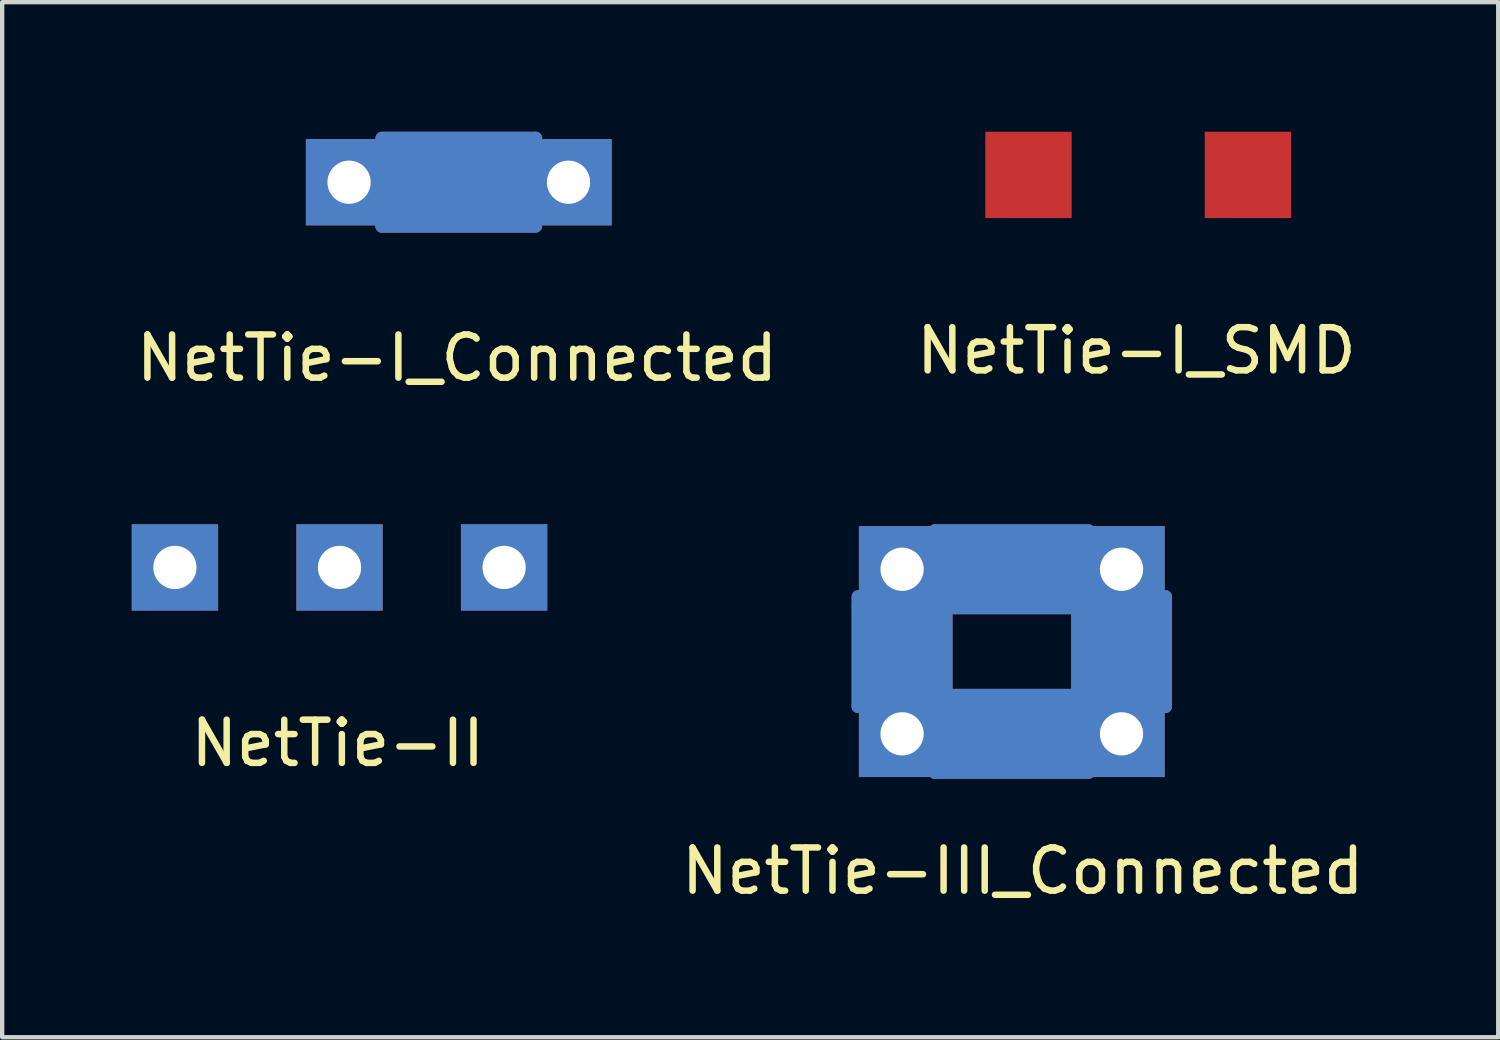
<source format=kicad_pcb>
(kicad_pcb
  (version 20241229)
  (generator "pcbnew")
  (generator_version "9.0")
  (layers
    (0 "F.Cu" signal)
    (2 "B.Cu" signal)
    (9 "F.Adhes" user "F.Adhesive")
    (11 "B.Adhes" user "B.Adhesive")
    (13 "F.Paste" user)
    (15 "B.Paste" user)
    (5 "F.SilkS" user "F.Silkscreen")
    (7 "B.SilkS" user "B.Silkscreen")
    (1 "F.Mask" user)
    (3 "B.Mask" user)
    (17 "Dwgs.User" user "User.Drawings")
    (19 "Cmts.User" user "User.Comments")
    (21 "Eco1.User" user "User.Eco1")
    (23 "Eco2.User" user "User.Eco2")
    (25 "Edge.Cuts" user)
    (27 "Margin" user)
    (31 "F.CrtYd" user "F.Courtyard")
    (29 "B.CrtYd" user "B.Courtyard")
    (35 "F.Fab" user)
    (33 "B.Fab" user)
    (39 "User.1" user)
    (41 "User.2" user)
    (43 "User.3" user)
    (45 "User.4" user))
  (footprint "NetTie-I_SMD"
    (layer "F.Cu")
    (at 23.297 0.999)
    (property "Reference" "NetTie-I_SMD" (at -0.041 4.069 0) (layer "F.SilkS") (effects (font (size 1 1) (thickness 0.15))))
    (attr through_hole)
    (pad "1" smd rect (at -2.54 0) (size 1.999 1.999) (layers "F.Cu" "F.Mask" "F.Paste"))
    (pad "2" smd rect (at 2.54 0) (size 1.999 1.999) (layers "F.Cu" "F.Mask" "F.Paste")))
  (footprint "NetTie-I_Connected"
    (layer "F.Cu")
    (at 7.57 1.168)
    (property "Reference" "NetTie-I_Connected" (at -0.041 4.069 0) (layer "F.SilkS") (effects (font (size 1 1) (thickness 0.15))))
    (attr through_hole)
    (fp_line (start -1.778 -0.762) (end 1.778 -0.762) (stroke (width 0.305) (type solid)) (layer "F.Cu"))
    (fp_line (start -1.778 -0.254) (end 1.778 -0.254) (stroke (width 0.305) (type solid)) (layer "F.Cu"))
    (fp_line (start -1.778 0.254) (end 1.778 0.254) (stroke (width 0.305) (type solid)) (layer "F.Cu"))
    (fp_line (start -1.778 0.762) (end 1.778 0.762) (stroke (width 0.305) (type solid)) (layer "F.Cu"))
    (fp_line (start 1.778 -1.016) (end -1.778 -1.016) (stroke (width 0.305) (type solid)) (layer "F.Cu"))
    (fp_line (start 1.778 -0.508) (end -1.778 -0.508) (stroke (width 0.305) (type solid)) (layer "F.Cu"))
    (fp_line (start 1.778 0) (end -1.778 0) (stroke (width 0.305) (type solid)) (layer "F.Cu"))
    (fp_line (start 1.778 0.508) (end -1.778 0.508) (stroke (width 0.305) (type solid)) (layer "F.Cu"))
    (fp_line (start 1.778 1.016) (end -1.778 1.016) (stroke (width 0.305) (type solid)) (layer "F.Cu"))
    (fp_line (start -1.778 -0.762) (end 1.778 -0.762) (stroke (width 0.305) (type solid)) (layer "B.Cu"))
    (fp_line (start -1.778 -0.508) (end -1.778 -0.762) (stroke (width 0.305) (type solid)) (layer "B.Cu"))
    (fp_line (start -1.778 -0.254) (end 1.778 -0.254) (stroke (width 0.305) (type solid)) (layer "B.Cu"))
    (fp_line (start -1.778 0) (end -1.778 -0.254) (stroke (width 0.305) (type solid)) (layer "B.Cu"))
    (fp_line (start -1.778 0.254) (end 1.778 0.254) (stroke (width 0.305) (type solid)) (layer "B.Cu"))
    (fp_line (start -1.778 0.508) (end -1.778 0.254) (stroke (width 0.305) (type solid)) (layer "B.Cu"))
    (fp_line (start -1.778 0.762) (end 1.778 0.762) (stroke (width 0.305) (type solid)) (layer "B.Cu"))
    (fp_line (start -1.778 1.016) (end -1.778 0.762) (stroke (width 0.305) (type solid)) (layer "B.Cu"))
    (fp_line (start 1.778 -1.016) (end -1.778 -1.016) (stroke (width 0.305) (type solid)) (layer "B.Cu"))
    (fp_line (start 1.778 -0.762) (end 1.778 -1.016) (stroke (width 0.305) (type solid)) (layer "B.Cu"))
    (fp_line (start 1.778 -0.508) (end -1.778 -0.508) (stroke (width 0.305) (type solid)) (layer "B.Cu"))
    (fp_line (start 1.778 -0.254) (end 1.778 -0.508) (stroke (width 0.305) (type solid)) (layer "B.Cu"))
    (fp_line (start 1.778 0) (end -1.778 0) (stroke (width 0.305) (type solid)) (layer "B.Cu"))
    (fp_line (start 1.778 0.254) (end 1.778 0) (stroke (width 0.305) (type solid)) (layer "B.Cu"))
    (fp_line (start 1.778 0.508) (end -1.778 0.508) (stroke (width 0.305) (type solid)) (layer "B.Cu"))
    (fp_line (start 1.778 0.762) (end 1.778 0.508) (stroke (width 0.305) (type solid)) (layer "B.Cu"))
    (fp_line (start 1.778 1.016) (end -1.778 1.016) (stroke (width 0.305) (type solid)) (layer "B.Cu"))
    (pad "1" thru_hole rect (at -2.54 0) (size 1.999 1.999) (drill 1.001) (layers "*.Cu" "*.Mask"))
    (pad "2" thru_hole rect (at 2.54 0) (size 1.999 1.999) (drill 1.001) (layers "*.Cu" "*.Mask")))
  (footprint "NetTie-III_Connected"
    (layer "F.Cu")
    (at 20.371 12.032)
    (property "Reference" "NetTie-III_Connected" (at 0.254 5.08 0) (layer "F.SilkS") (effects (font (size 1 1) (thickness 0.15))))
    (attr through_hole)
    (fp_line (start -3.556 -1.016) (end -3.556 -1.27) (stroke (width 0.305) (type solid)) (layer "F.Cu"))
    (fp_line (start -3.556 -1.016) (end -3.556 1.27) (stroke (width 0.305) (type solid)) (layer "F.Cu"))
    (fp_line (start -3.302 -1.27) (end -3.302 1.27) (stroke (width 0.305) (type solid)) (layer "F.Cu"))
    (fp_line (start -3.048 -1.27) (end -3.048 1.27) (stroke (width 0.305) (type solid)) (layer "F.Cu"))
    (fp_line (start -2.794 -1.27) (end -2.794 1.27) (stroke (width 0.305) (type solid)) (layer "F.Cu"))
    (fp_line (start -2.54 -1.016) (end -2.54 1.016) (stroke (width 0.305) (type solid)) (layer "F.Cu"))
    (fp_line (start -2.286 -1.27) (end -2.286 1.27) (stroke (width 0.305) (type solid)) (layer "F.Cu"))
    (fp_line (start -2.032 1.27) (end -2.032 -1.27) (stroke (width 0.305) (type solid)) (layer "F.Cu"))
    (fp_line (start -1.778 -2.794) (end 1.778 -2.794) (stroke (width 0.305) (type solid)) (layer "F.Cu"))
    (fp_line (start -1.778 -2.54) (end 1.778 -2.54) (stroke (width 0.305) (type solid)) (layer "F.Cu"))
    (fp_line (start -1.778 -2.286) (end 1.778 -2.286) (stroke (width 0.305) (type solid)) (layer "F.Cu"))
    (fp_line (start -1.778 -2.032) (end 1.778 -2.032) (stroke (width 0.305) (type solid)) (layer "F.Cu"))
    (fp_line (start -1.778 -1.778) (end 1.778 -1.778) (stroke (width 0.305) (type solid)) (layer "F.Cu"))
    (fp_line (start -1.778 -1.524) (end 1.778 -1.524) (stroke (width 0.305) (type solid)) (layer "F.Cu"))
    (fp_line (start -1.778 -1.27) (end -1.778 1.27) (stroke (width 0.305) (type solid)) (layer "F.Cu"))
    (fp_line (start -1.778 -1.27) (end 1.778 -1.27) (stroke (width 0.305) (type solid)) (layer "F.Cu"))
    (fp_line (start -1.778 -1.016) (end 1.778 -1.016) (stroke (width 0.305) (type solid)) (layer "F.Cu"))
    (fp_line (start -1.778 1.016) (end -1.524 1.016) (stroke (width 0.305) (type solid)) (layer "F.Cu"))
    (fp_line (start -1.778 1.27) (end 1.778 1.27) (stroke (width 0.305) (type solid)) (layer "F.Cu"))
    (fp_line (start -1.778 1.524) (end 1.778 1.524) (stroke (width 0.305) (type solid)) (layer "F.Cu"))
    (fp_line (start -1.778 1.778) (end 1.778 1.778) (stroke (width 0.305) (type solid)) (layer "F.Cu"))
    (fp_line (start -1.778 2.032) (end 1.778 2.032) (stroke (width 0.305) (type solid)) (layer "F.Cu"))
    (fp_line (start -1.778 2.286) (end 1.778 2.286) (stroke (width 0.305) (type solid)) (layer "F.Cu"))
    (fp_line (start -1.778 2.794) (end 1.778 2.794) (stroke (width 0.305) (type solid)) (layer "F.Cu"))
    (fp_line (start -1.524 1.016) (end 1.778 1.016) (stroke (width 0.305) (type solid)) (layer "F.Cu"))
    (fp_line (start -1.524 1.27) (end -1.524 -1.27) (stroke (width 0.305) (type solid)) (layer "F.Cu"))
    (fp_line (start 1.524 1.27) (end 1.524 -1.27) (stroke (width 0.305) (type solid)) (layer "F.Cu"))
    (fp_line (start 1.778 -1.27) (end 1.778 1.27) (stroke (width 0.305) (type solid)) (layer "F.Cu"))
    (fp_line (start 1.778 2.54) (end -1.778 2.54) (stroke (width 0.305) (type solid)) (layer "F.Cu"))
    (fp_line (start 2.032 1.27) (end 2.032 -1.27) (stroke (width 0.305) (type solid)) (layer "F.Cu"))
    (fp_line (start 2.286 -1.27) (end 2.286 1.27) (stroke (width 0.305) (type solid)) (layer "F.Cu"))
    (fp_line (start 2.54 -1.016) (end 2.54 1.016) (stroke (width 0.305) (type solid)) (layer "F.Cu"))
    (fp_line (start 2.794 -1.27) (end 2.794 1.27) (stroke (width 0.305) (type solid)) (layer "F.Cu"))
    (fp_line (start 3.048 1.27) (end 3.048 -1.27) (stroke (width 0.305) (type solid)) (layer "F.Cu"))
    (fp_line (start 3.302 -1.27) (end 3.302 1.27) (stroke (width 0.305) (type solid)) (layer "F.Cu"))
    (fp_line (start 3.556 1.27) (end 3.556 -1.27) (stroke (width 0.305) (type solid)) (layer "F.Cu"))
    (fp_line (start -3.556 -1.27) (end -3.556 1.27) (stroke (width 0.305) (type solid)) (layer "B.Cu"))
    (fp_line (start -3.556 1.27) (end -3.302 1.27) (stroke (width 0.305) (type solid)) (layer "B.Cu"))
    (fp_line (start -3.302 -1.27) (end -3.048 -1.27) (stroke (width 0.305) (type solid)) (layer "B.Cu"))
    (fp_line (start -3.302 1.27) (end -3.302 -1.27) (stroke (width 0.305) (type solid)) (layer "B.Cu"))
    (fp_line (start -3.048 -1.27) (end -3.048 1.27) (stroke (width 0.305) (type solid)) (layer "B.Cu"))
    (fp_line (start -3.048 1.27) (end -2.794 1.27) (stroke (width 0.305) (type solid)) (layer "B.Cu"))
    (fp_line (start -2.794 1.27) (end -2.794 -1.27) (stroke (width 0.305) (type solid)) (layer "B.Cu"))
    (fp_line (start -2.54 -1.016) (end -2.54 1.016) (stroke (width 0.305) (type solid)) (layer "B.Cu"))
    (fp_line (start -2.286 -1.27) (end -2.032 -1.27) (stroke (width 0.305) (type solid)) (layer "B.Cu"))
    (fp_line (start -2.286 1.27) (end -2.286 -1.27) (stroke (width 0.305) (type solid)) (layer "B.Cu"))
    (fp_line (start -2.032 -1.27) (end -2.032 1.27) (stroke (width 0.305) (type solid)) (layer "B.Cu"))
    (fp_line (start -2.032 1.27) (end -1.778 1.27) (stroke (width 0.305) (type solid)) (layer "B.Cu"))
    (fp_line (start -1.778 -2.794) (end -1.778 -2.54) (stroke (width 0.305) (type solid)) (layer "B.Cu"))
    (fp_line (start -1.778 -2.54) (end 1.778 -2.54) (stroke (width 0.305) (type solid)) (layer "B.Cu"))
    (fp_line (start -1.778 -2.286) (end -1.778 -2.032) (stroke (width 0.305) (type solid)) (layer "B.Cu"))
    (fp_line (start -1.778 -2.032) (end 1.778 -2.032) (stroke (width 0.305) (type solid)) (layer "B.Cu"))
    (fp_line (start -1.778 -1.778) (end -1.778 -1.524) (stroke (width 0.305) (type solid)) (layer "B.Cu"))
    (fp_line (start -1.778 -1.524) (end 1.524 -1.524) (stroke (width 0.305) (type solid)) (layer "B.Cu"))
    (fp_line (start -1.778 -1.27) (end -1.778 -1.016) (stroke (width 0.305) (type solid)) (layer "B.Cu"))
    (fp_line (start -1.778 -1.27) (end -1.524 -1.27) (stroke (width 0.305) (type solid)) (layer "B.Cu"))
    (fp_line (start -1.778 -1.016) (end 1.778 -1.016) (stroke (width 0.305) (type solid)) (layer "B.Cu"))
    (fp_line (start -1.778 1.016) (end 1.778 1.016) (stroke (width 0.305) (type solid)) (layer "B.Cu"))
    (fp_line (start -1.778 1.27) (end -1.778 -1.27) (stroke (width 0.305) (type solid)) (layer "B.Cu"))
    (fp_line (start -1.778 1.27) (end -1.778 1.016) (stroke (width 0.305) (type solid)) (layer "B.Cu"))
    (fp_line (start -1.778 1.524) (end 1.778 1.524) (stroke (width 0.305) (type solid)) (layer "B.Cu"))
    (fp_line (start -1.778 1.778) (end -1.778 1.524) (stroke (width 0.305) (type solid)) (layer "B.Cu"))
    (fp_line (start -1.778 2.032) (end 1.778 2.032) (stroke (width 0.305) (type solid)) (layer "B.Cu"))
    (fp_line (start -1.778 2.286) (end -1.778 2.032) (stroke (width 0.305) (type solid)) (layer "B.Cu"))
    (fp_line (start -1.778 2.54) (end 1.778 2.54) (stroke (width 0.305) (type solid)) (layer "B.Cu"))
    (fp_line (start -1.778 2.794) (end -1.778 2.54) (stroke (width 0.305) (type solid)) (layer "B.Cu"))
    (fp_line (start -1.524 -1.27) (end -1.524 1.27) (stroke (width 0.305) (type solid)) (layer "B.Cu"))
    (fp_line (start 1.524 -1.524) (end 1.778 -1.524) (stroke (width 0.305) (type solid)) (layer "B.Cu"))
    (fp_line (start 1.524 -1.27) (end 1.524 1.27) (stroke (width 0.305) (type solid)) (layer "B.Cu"))
    (fp_line (start 1.524 1.27) (end 1.778 1.27) (stroke (width 0.305) (type solid)) (layer "B.Cu"))
    (fp_line (start 1.778 -2.794) (end -1.778 -2.794) (stroke (width 0.305) (type solid)) (layer "B.Cu"))
    (fp_line (start 1.778 -2.54) (end 1.778 -2.286) (stroke (width 0.305) (type solid)) (layer "B.Cu"))
    (fp_line (start 1.778 -2.286) (end -1.778 -2.286) (stroke (width 0.305) (type solid)) (layer "B.Cu"))
    (fp_line (start 1.778 -2.032) (end 1.778 -1.778) (stroke (width 0.305) (type solid)) (layer "B.Cu"))
    (fp_line (start 1.778 -1.778) (end -1.778 -1.778) (stroke (width 0.305) (type solid)) (layer "B.Cu"))
    (fp_line (start 1.778 -1.524) (end 1.778 -1.27) (stroke (width 0.305) (type solid)) (layer "B.Cu"))
    (fp_line (start 1.778 -1.27) (end -1.778 -1.27) (stroke (width 0.305) (type solid)) (layer "B.Cu"))
    (fp_line (start 1.778 -1.27) (end 2.032 -1.27) (stroke (width 0.305) (type solid)) (layer "B.Cu"))
    (fp_line (start 1.778 0.762) (end 1.778 1.016) (stroke (width 0.305) (type solid)) (layer "B.Cu"))
    (fp_line (start 1.778 1.016) (end 1.778 0.762) (stroke (width 0.305) (type solid)) (layer "B.Cu"))
    (fp_line (start 1.778 1.27) (end -1.778 1.27) (stroke (width 0.305) (type solid)) (layer "B.Cu"))
    (fp_line (start 1.778 1.27) (end 1.778 -1.27) (stroke (width 0.305) (type solid)) (layer "B.Cu"))
    (fp_line (start 1.778 1.524) (end 1.778 1.27) (stroke (width 0.305) (type solid)) (layer "B.Cu"))
    (fp_line (start 1.778 1.778) (end -1.778 1.778) (stroke (width 0.305) (type solid)) (layer "B.Cu"))
    (fp_line (start 1.778 2.032) (end 1.778 1.778) (stroke (width 0.305) (type solid)) (layer "B.Cu"))
    (fp_line (start 1.778 2.286) (end -1.778 2.286) (stroke (width 0.305) (type solid)) (layer "B.Cu"))
    (fp_line (start 1.778 2.54) (end 1.778 2.286) (stroke (width 0.305) (type solid)) (layer "B.Cu"))
    (fp_line (start 1.778 2.794) (end -1.778 2.794) (stroke (width 0.305) (type solid)) (layer "B.Cu"))
    (fp_line (start 2.032 -1.27) (end 2.032 1.27) (stroke (width 0.305) (type solid)) (layer "B.Cu"))
    (fp_line (start 2.032 1.27) (end 2.286 1.27) (stroke (width 0.305) (type solid)) (layer "B.Cu"))
    (fp_line (start 2.286 1.27) (end 2.286 -1.27) (stroke (width 0.305) (type solid)) (layer "B.Cu"))
    (fp_line (start 2.54 -1.016) (end 2.54 1.016) (stroke (width 0.305) (type solid)) (layer "B.Cu"))
    (fp_line (start 2.794 1.27) (end 2.794 -1.27) (stroke (width 0.305) (type solid)) (layer "B.Cu"))
    (fp_line (start 3.048 -1.27) (end 3.048 1.27) (stroke (width 0.305) (type solid)) (layer "B.Cu"))
    (fp_line (start 3.048 1.27) (end 2.794 1.27) (stroke (width 0.305) (type solid)) (layer "B.Cu"))
    (fp_line (start 3.302 -1.27) (end 3.048 -1.27) (stroke (width 0.305) (type solid)) (layer "B.Cu"))
    (fp_line (start 3.302 1.27) (end 3.302 -1.27) (stroke (width 0.305) (type solid)) (layer "B.Cu"))
    (fp_line (start 3.556 -1.27) (end 3.556 1.27) (stroke (width 0.305) (type solid)) (layer "B.Cu"))
    (fp_line (start 3.556 1.27) (end 3.302 1.27) (stroke (width 0.305) (type solid)) (layer "B.Cu"))
    (pad "1" thru_hole rect (at -2.54 -1.905) (size 1.999 1.999) (drill 1.001) (layers "*.Cu" "*.Mask"))
    (pad "2" thru_hole rect (at -2.54 1.905) (size 1.999 1.999) (drill 1.001) (layers "*.Cu" "*.Mask"))
    (pad "3" thru_hole rect (at 2.54 -1.905) (size 1.999 1.999) (drill 1.001) (layers "*.Cu" "*.Mask"))
    (pad "4" thru_hole rect (at 2.54 1.905) (size 1.999 1.999) (drill 1.001) (layers "*.Cu" "*.Mask")))
  (footprint "NetTie-II"
    (layer "F.Cu")
    (at 4.809 10.085)
    (property "Reference" "NetTie-II" (at -0.041 4.069 0) (layer "F.SilkS") (effects (font (size 1 1) (thickness 0.15))))
    (attr through_hole)
    (pad "1" thru_hole rect (at -3.81 0) (size 1.999 1.999) (drill 1.001) (layers "*.Cu" "*.Mask"))
    (pad "2" thru_hole rect (at 0 0) (size 1.999 1.999) (drill 1.001) (layers "*.Cu" "*.Mask"))
    (pad "3" thru_hole rect (at 3.81 0) (size 1.999 1.999) (drill 1.001) (layers "*.Cu" "*.Mask")))
  (gr_rect
    (start -3 -3)
    (end 31.631 20.96)
    (stroke (width 0.1) (type default))
    (fill no)
    (layer "Edge.Cuts")))
</source>
